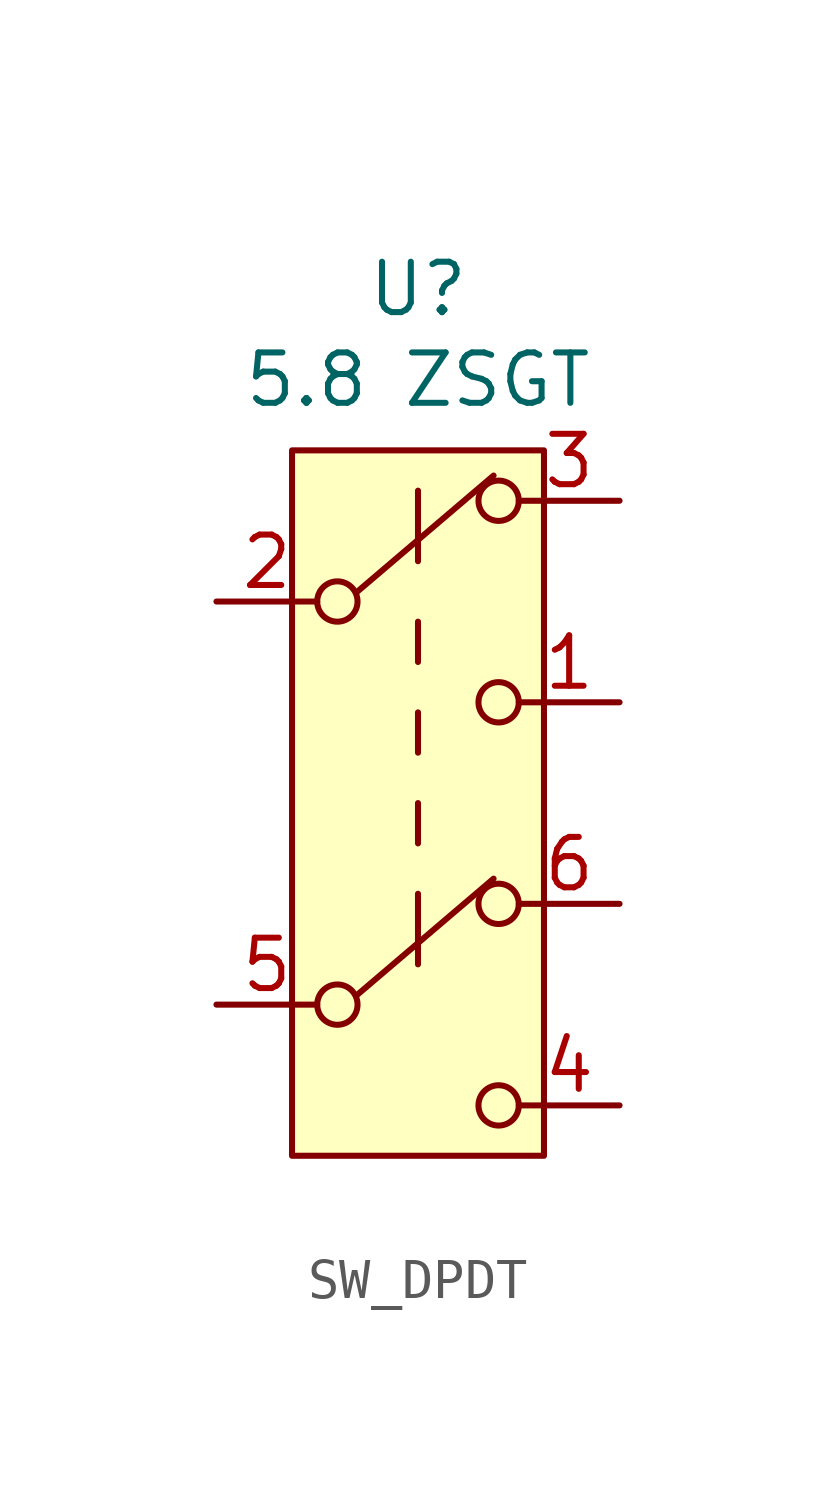
<source format=kicad_sym>
(kicad_symbol_lib
  (version 20231120)
  (generator "kicad_symbol_editor")
  (generator_version "8.0")
  (symbol "SW_DPDT"
    (pin_names hide)
    (property "Reference" "U"
      (at 0 2.794 0)
      (effects (font (size 1.27 1.27))))
    (property "Value" "5.8 ZSGT"
      (at 0 0.508 0)
      (effects (font (size 1.27 1.27))))
    (symbol "SW_DPDT_0_0"
      (circle (center -2.032 -15.24) (radius 0.508) (stroke (width 0) (type default)) (fill (type none)))
      (circle (center -2.032 -5.08) (radius 0.508) (stroke (width 0) (type default)) (fill (type none)))
      (circle (center 2.032 -17.78) (radius 0.508) (stroke (width 0) (type default)) (fill (type none)))
      (circle (center 2.032 -7.62) (radius 0.508) (stroke (width 0) (type default)) (fill (type none))))
    (symbol "SW_DPDT_0_1"
      (polyline (pts (xy -1.524 -14.986) (xy 1.905 -12.065)) (stroke (width 0) (type default)) (fill (type none)))
      (polyline (pts (xy -1.524 -4.826) (xy 1.905 -1.905)) (stroke (width 0) (type default)) (fill (type none)))
      (polyline (pts (xy 0 -12.446) (xy 0 -14.224)) (stroke (width 0) (type default)) (fill (type none)))
      (polyline (pts (xy 0 -11.176) (xy 0 -10.16)) (stroke (width 0) (type default)) (fill (type none)))
      (polyline (pts (xy 0 -8.89) (xy 0 -7.874)) (stroke (width 0) (type default)) (fill (type none)))
      (polyline (pts (xy 0 -6.604) (xy 0 -5.588)) (stroke (width 0) (type default)) (fill (type none)))
      (polyline (pts (xy 0 -2.286) (xy 0 -4.064)) (stroke (width 0) (type default)) (fill (type none)))
      (circle (center 2.032 -12.7) (radius 0.508) (stroke (width 0) (type default)) (fill (type none)))
      (circle (center 2.032 -2.54) (radius 0.508) (stroke (width 0) (type default)) (fill (type none))))
    (symbol "SW_DPDT_1_1"
      (rectangle (start -3.175 -1.27) (end 3.175 -19.05) (stroke (width 0) (type default)) (fill (type background)))
      (pin passive line (at 5.08 -7.62 180) (length 2.54) (name "C" (effects (font (size 1.27 1.27)))) (number "1" (effects (font (size 1.27 1.27)))))
      (pin passive line (at -5.08 -5.08 0) (length 2.54) (name "B" (effects (font (size 1.27 1.27)))) (number "2" (effects (font (size 1.27 1.27)))))
      (pin passive line (at 5.08 -2.54 180) (length 2.54) (name "A" (effects (font (size 1.27 1.27)))) (number "3" (effects (font (size 1.27 1.27)))))
      (pin passive line (at 5.08 -17.78 180) (length 2.54) (name "C" (effects (font (size 1.27 1.27)))) (number "4" (effects (font (size 1.27 1.27)))))
      (pin passive line (at -5.08 -15.24 0) (length 2.54) (name "B" (effects (font (size 1.27 1.27)))) (number "5" (effects (font (size 1.27 1.27)))))
      (pin passive line (at 5.08 -12.7 180) (length 2.54) (name "A" (effects (font (size 1.27 1.27)))) (number "6" (effects (font (size 1.27 1.27))))))))
</source>
